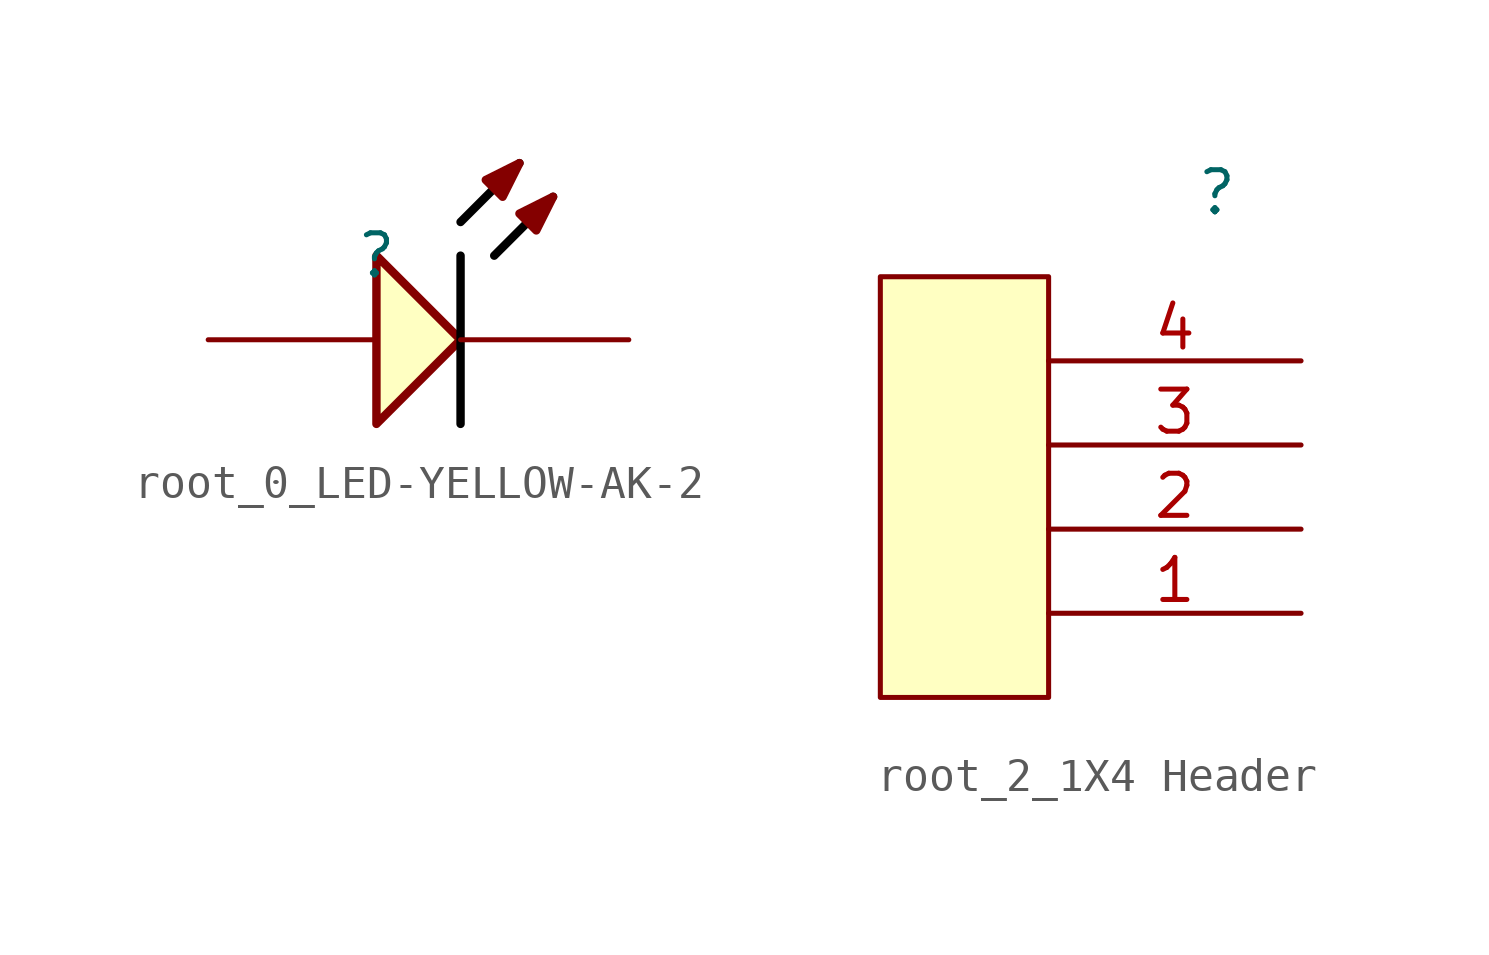
<source format=kicad_sym>
(kicad_symbol_lib
  (version 20220914)
  (generator kicad_symbol_editor)
  (symbol "root_0_LED-YELLOW-AK-2"
    (property "Reference" ""
      (at 0 0 0)
      (effects (font (size 1.27 1.27))))
    (property "Value" ""
      (at 0 0 0)
      (effects (font (size 1.27 1.27))))
    (symbol "root_0_LED-YELLOW-AK-2_1_0"
      (polyline (pts (xy 2.54 0) (xy 2.54 -5.08)) (stroke (width 0.254) (type solid) (color 0 0 0 1)) (fill (type none)))
      (polyline (pts (xy 2.54 1.016) (xy 4.318 2.794)) (stroke (width 0.254) (type solid) (color 0 0 0 1)) (fill (type none)))
      (polyline (pts (xy 3.556 0) (xy 5.334 1.778)) (stroke (width 0.254) (type solid) (color 0 0 0 1)) (fill (type none)))
      (polyline (pts (xy 0 -5.08) (xy 2.54 -2.54) (xy 0 0) (xy 0 -5.08)) (stroke (width 0.254) (type solid)) (fill (type background)))
      (polyline (pts (xy 4.318 2.794) (xy 3.302 2.286) (xy 3.81 1.778) (xy 4.318 2.794)) (stroke (width 0.254) (type solid)) (fill (type outline)))
      (polyline (pts (xy 5.334 1.778) (xy 4.318 1.27) (xy 4.826 0.762) (xy 5.334 1.778)) (stroke (width 0.254) (type solid)) (fill (type outline)))
      (pin passive line (at -5.08 -2.54 0) (length 5.08) (name "A" (effects (font (size 0 0)))) (number "1" (effects (font (size 0 0)))))
      (pin passive line (at 7.62 -2.54 180) (length 5.08) (name "K" (effects (font (size 0 0)))) (number "2" (effects (font (size 0 0)))))))
  (symbol "root_2_1X4 Header"
    (property "Reference" ""
      (at 0 0 0)
      (effects (font (size 1.27 1.27))))
    (property "Value" ""
      (at 0 0 0)
      (effects (font (size 1.27 1.27))))
    (symbol "root_2_1X4 Header_1_0"
      (rectangle (start -5.08 -2.54) (end -10.16 -15.24) (stroke (width 0) (type solid)) (fill (type background)))
      (pin passive line (at 2.54 -12.7 180) (length 7.62) (name "1" (effects (font (size 0 0)))) (number "1" (effects (font (size 1.27 1.27)))))
      (pin passive line (at 2.54 -10.16 180) (length 7.62) (name "2" (effects (font (size 0 0)))) (number "2" (effects (font (size 1.27 1.27)))))
      (pin passive line (at 2.54 -7.62 180) (length 7.62) (name "3" (effects (font (size 0 0)))) (number "3" (effects (font (size 1.27 1.27)))))
      (pin passive line (at 2.54 -5.08 180) (length 7.62) (name "4" (effects (font (size 0 0)))) (number "4" (effects (font (size 1.27 1.27))))))))
</source>
